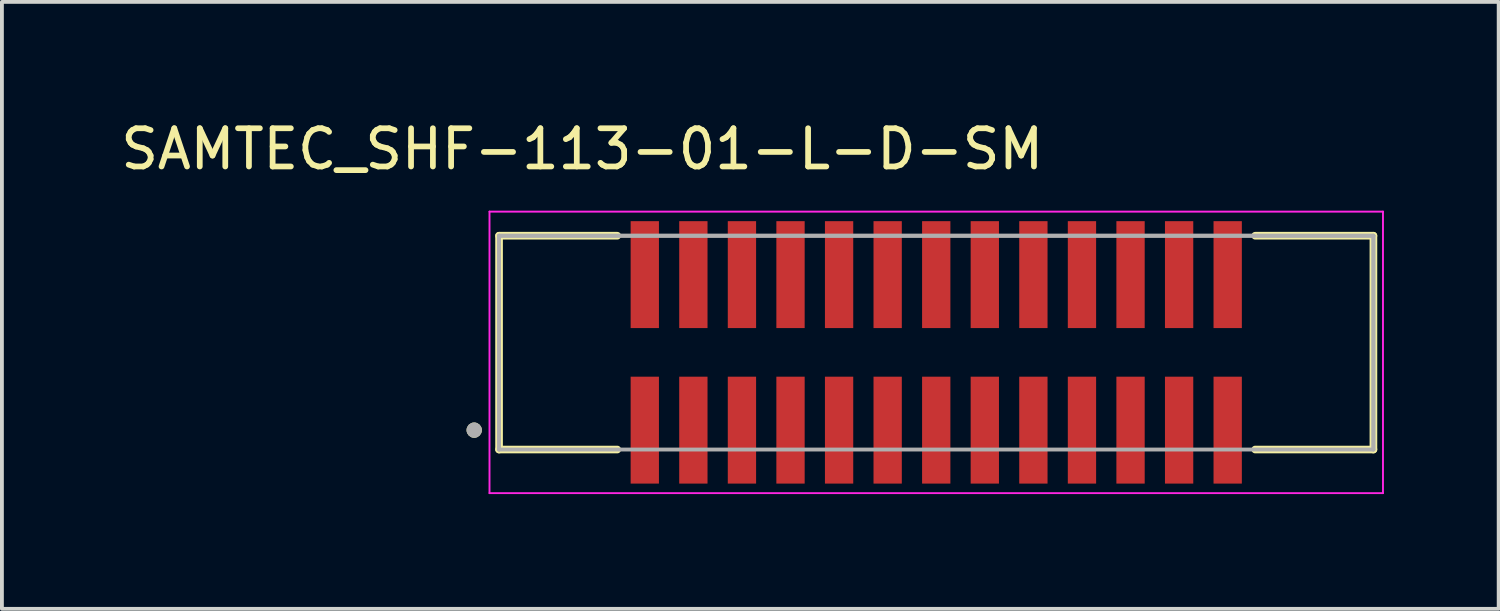
<source format=kicad_pcb>
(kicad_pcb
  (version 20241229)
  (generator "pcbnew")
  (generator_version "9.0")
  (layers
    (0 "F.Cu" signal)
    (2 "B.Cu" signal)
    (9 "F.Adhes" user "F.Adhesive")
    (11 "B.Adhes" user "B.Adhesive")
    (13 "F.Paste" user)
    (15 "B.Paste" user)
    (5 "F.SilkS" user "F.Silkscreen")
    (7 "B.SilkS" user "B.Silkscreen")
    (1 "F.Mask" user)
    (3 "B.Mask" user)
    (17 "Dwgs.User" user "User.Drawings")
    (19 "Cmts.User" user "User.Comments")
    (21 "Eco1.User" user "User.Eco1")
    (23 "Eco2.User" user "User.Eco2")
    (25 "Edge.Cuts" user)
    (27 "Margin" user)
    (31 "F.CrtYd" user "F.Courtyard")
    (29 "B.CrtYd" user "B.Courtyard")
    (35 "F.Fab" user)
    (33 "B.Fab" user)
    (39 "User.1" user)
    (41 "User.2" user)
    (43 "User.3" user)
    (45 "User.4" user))
  (footprint "SAMTEC_SHF-113-01-L-D-SM"
    (layer "F.Cu")
    (at 21.428 6.163)
    (property "Reference" "SAMTEC_SHF-113-01-L-D-SM" (at -9.255 -5.315 0) (layer "F.SilkS") (effects (font (size 1 1) (thickness 0.15))))
    (attr smd)
    (fp_line (start -11.43 -3.05) (end -8.34 -3.05) (stroke (width 0.2) (type solid)) (layer "F.SilkS"))
    (fp_line (start -11.43 2.54) (end -11.43 -3.05) (stroke (width 0.2) (type solid)) (layer "F.SilkS"))
    (fp_line (start -8.34 2.54) (end -11.43 2.54) (stroke (width 0.2) (type solid)) (layer "F.SilkS"))
    (fp_line (start 8.34 -3.05) (end 11.43 -3.05) (stroke (width 0.2) (type solid)) (layer "F.SilkS"))
    (fp_line (start 8.34 2.54) (end 11.43 2.54) (stroke (width 0.2) (type solid)) (layer "F.SilkS"))
    (fp_line (start 11.43 -3.05) (end 11.43 2.54) (stroke (width 0.2) (type solid)) (layer "F.SilkS"))
    (fp_circle (center -12.08 2.033) (end -11.98 2.033) (stroke (width 0.2) (type solid)) (fill no) (layer "F.SilkS"))
    (fp_line (start -11.68 -3.68) (end 11.68 -3.68) (stroke (width 0.05) (type solid)) (layer "F.CrtYd"))
    (fp_line (start -11.68 3.68) (end -11.68 -3.68) (stroke (width 0.05) (type solid)) (layer "F.CrtYd"))
    (fp_line (start 11.68 -3.68) (end 11.68 3.68) (stroke (width 0.05) (type solid)) (layer "F.CrtYd"))
    (fp_line (start 11.68 3.68) (end -11.68 3.68) (stroke (width 0.05) (type solid)) (layer "F.CrtYd"))
    (fp_line (start -11.43 -3.05) (end 11.43 -3.05) (stroke (width 0.1) (type solid)) (layer "F.Fab"))
    (fp_line (start -11.43 -3.05) (end 11.43 -3.05) (stroke (width 0.1) (type solid)) (layer "F.Fab"))
    (fp_line (start -11.43 2.54) (end -11.43 -3.05) (stroke (width 0.1) (type solid)) (layer "F.Fab"))
    (fp_line (start -11.43 2.54) (end -11.43 -3.05) (stroke (width 0.1) (type solid)) (layer "F.Fab"))
    (fp_line (start 11.43 -3.05) (end 11.43 2.54) (stroke (width 0.1) (type solid)) (layer "F.Fab"))
    (fp_line (start 11.43 -3.05) (end 11.43 2.54) (stroke (width 0.1) (type solid)) (layer "F.Fab"))
    (fp_line (start 11.43 2.54) (end -11.43 2.54) (stroke (width 0.1) (type solid)) (layer "F.Fab"))
    (fp_circle (center -12.08 2.033) (end -11.98 2.033) (stroke (width 0.2) (type solid)) (fill no) (layer "F.Fab"))
    (pad "01" smd rect (at -7.62 2.033) (size 0.74 2.795) (layers "F.Cu" "F.Mask" "F.Paste"))
    (pad "02" smd rect (at -7.62 -2.033) (size 0.74 2.795) (layers "F.Cu" "F.Mask" "F.Paste"))
    (pad "03" smd rect (at -6.35 2.033) (size 0.74 2.795) (layers "F.Cu" "F.Mask" "F.Paste"))
    (pad "04" smd rect (at -6.35 -2.033) (size 0.74 2.795) (layers "F.Cu" "F.Mask" "F.Paste"))
    (pad "05" smd rect (at -5.08 2.033) (size 0.74 2.795) (layers "F.Cu" "F.Mask" "F.Paste"))
    (pad "06" smd rect (at -5.08 -2.033) (size 0.74 2.795) (layers "F.Cu" "F.Mask" "F.Paste"))
    (pad "07" smd rect (at -3.81 2.033) (size 0.74 2.795) (layers "F.Cu" "F.Mask" "F.Paste"))
    (pad "08" smd rect (at -3.81 -2.033) (size 0.74 2.795) (layers "F.Cu" "F.Mask" "F.Paste"))
    (pad "09" smd rect (at -2.54 2.033) (size 0.74 2.795) (layers "F.Cu" "F.Mask" "F.Paste"))
    (pad "10" smd rect (at -2.54 -2.033) (size 0.74 2.795) (layers "F.Cu" "F.Mask" "F.Paste"))
    (pad "11" smd rect (at -1.27 2.033) (size 0.74 2.795) (layers "F.Cu" "F.Mask" "F.Paste"))
    (pad "12" smd rect (at -1.27 -2.033) (size 0.74 2.795) (layers "F.Cu" "F.Mask" "F.Paste"))
    (pad "13" smd rect (at 0 2.033) (size 0.74 2.795) (layers "F.Cu" "F.Mask" "F.Paste"))
    (pad "14" smd rect (at 0 -2.033) (size 0.74 2.795) (layers "F.Cu" "F.Mask" "F.Paste"))
    (pad "15" smd rect (at 1.27 2.033) (size 0.74 2.795) (layers "F.Cu" "F.Mask" "F.Paste"))
    (pad "16" smd rect (at 1.27 -2.033) (size 0.74 2.795) (layers "F.Cu" "F.Mask" "F.Paste"))
    (pad "17" smd rect (at 2.54 2.033) (size 0.74 2.795) (layers "F.Cu" "F.Mask" "F.Paste"))
    (pad "18" smd rect (at 2.54 -2.033) (size 0.74 2.795) (layers "F.Cu" "F.Mask" "F.Paste"))
    (pad "19" smd rect (at 3.81 2.033) (size 0.74 2.795) (layers "F.Cu" "F.Mask" "F.Paste"))
    (pad "20" smd rect (at 3.81 -2.033) (size 0.74 2.795) (layers "F.Cu" "F.Mask" "F.Paste"))
    (pad "21" smd rect (at 5.08 2.033) (size 0.74 2.795) (layers "F.Cu" "F.Mask" "F.Paste"))
    (pad "22" smd rect (at 5.08 -2.033) (size 0.74 2.795) (layers "F.Cu" "F.Mask" "F.Paste"))
    (pad "23" smd rect (at 6.35 2.033) (size 0.74 2.795) (layers "F.Cu" "F.Mask" "F.Paste"))
    (pad "24" smd rect (at 6.35 -2.033) (size 0.74 2.795) (layers "F.Cu" "F.Mask" "F.Paste"))
    (pad "25" smd rect (at 7.62 2.033) (size 0.74 2.795) (layers "F.Cu" "F.Mask" "F.Paste"))
    (pad "26" smd rect (at 7.62 -2.033) (size 0.74 2.795) (layers "F.Cu" "F.Mask" "F.Paste")))
  (gr_rect
    (start -3 -3)
    (end 36.133 12.868)
    (stroke (width 0.1) (type default))
    (fill no)
    (layer "Edge.Cuts")))
</source>
